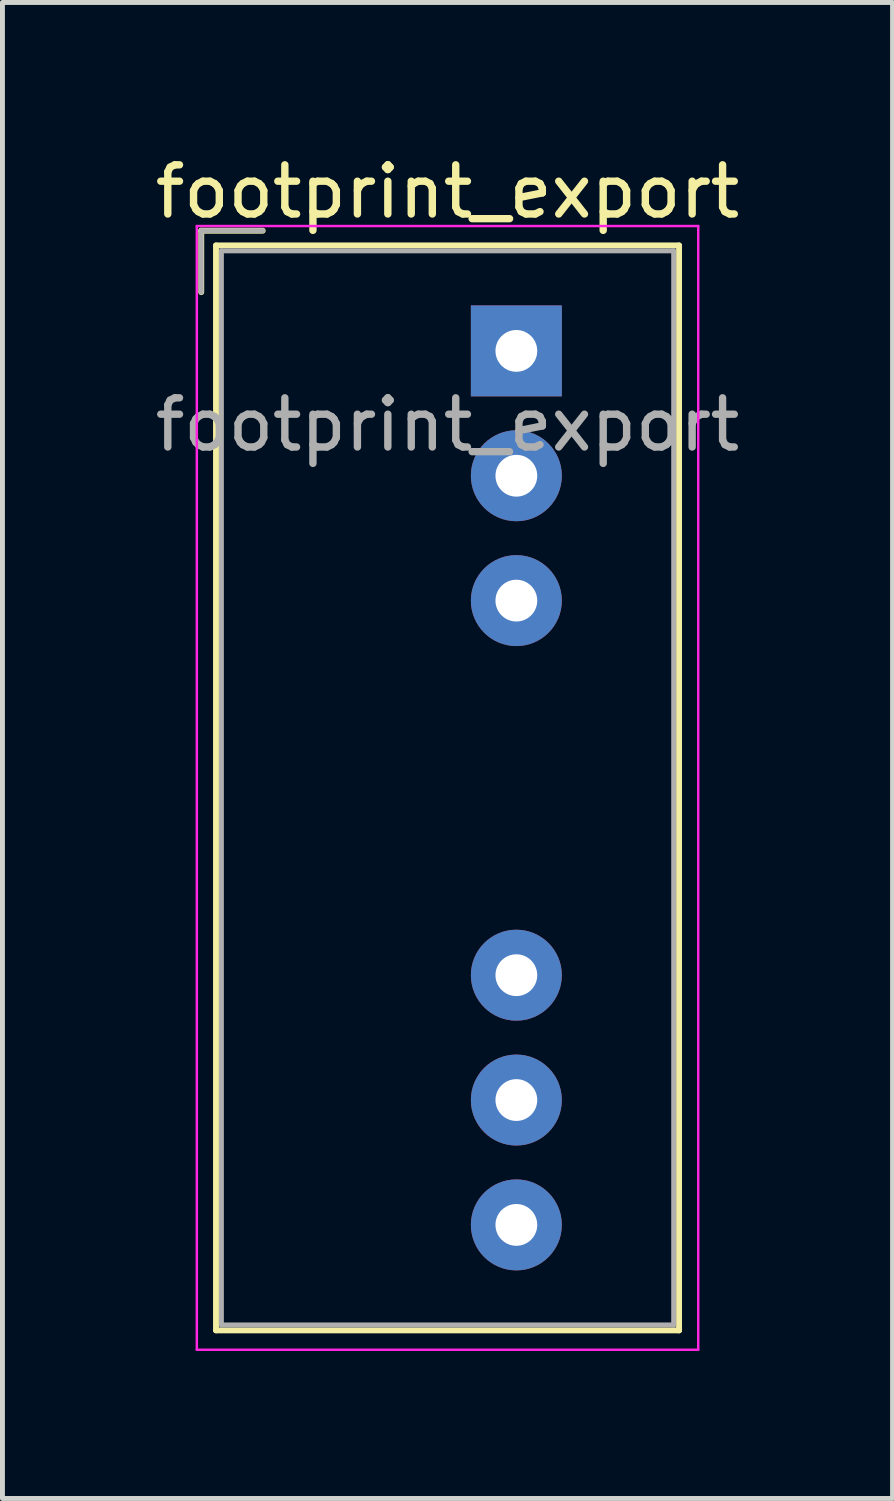
<source format=kicad_pcb>
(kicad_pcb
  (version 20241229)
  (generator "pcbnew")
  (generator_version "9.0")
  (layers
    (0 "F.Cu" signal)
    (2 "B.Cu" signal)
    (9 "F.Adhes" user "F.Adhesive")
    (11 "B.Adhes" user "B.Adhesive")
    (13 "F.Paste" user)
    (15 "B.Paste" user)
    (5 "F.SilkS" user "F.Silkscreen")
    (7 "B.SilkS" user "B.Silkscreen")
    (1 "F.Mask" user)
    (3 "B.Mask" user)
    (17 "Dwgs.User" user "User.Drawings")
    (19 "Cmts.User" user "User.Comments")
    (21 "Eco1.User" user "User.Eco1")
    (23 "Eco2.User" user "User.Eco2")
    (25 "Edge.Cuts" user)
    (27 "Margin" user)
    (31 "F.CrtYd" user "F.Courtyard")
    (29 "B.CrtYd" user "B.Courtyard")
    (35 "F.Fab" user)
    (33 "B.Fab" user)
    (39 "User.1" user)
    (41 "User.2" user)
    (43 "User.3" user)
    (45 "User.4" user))
  (footprint "footprint_export"
    (layer "F.Cu")
    (at 7.454 4.088)
    (property "Reference" "footprint_export" (at -1.4 -3.24 0) (layer "F.SilkS") (effects (font (size 1 1) (thickness 0.15))))
    (attr through_hole)
    (fp_line (start -6.41 -2.445) (end -6.41 -1.195) (stroke (width 0.12) (type solid)) (layer "F.SilkS"))
    (fp_line (start -6.11 -2.145) (end -6.11 19.925) (stroke (width 0.12) (type solid)) (layer "F.SilkS"))
    (fp_line (start -6.11 19.925) (end 3.31 19.925) (stroke (width 0.12) (type solid)) (layer "F.SilkS"))
    (fp_line (start -5.16 -2.445) (end -6.41 -2.445) (stroke (width 0.12) (type solid)) (layer "F.SilkS"))
    (fp_line (start 3.31 -2.145) (end -6.11 -2.145) (stroke (width 0.12) (type solid)) (layer "F.SilkS"))
    (fp_line (start 3.31 19.925) (end 3.31 -2.145) (stroke (width 0.12) (type solid)) (layer "F.SilkS"))
    (fp_line (start -6.5 -2.54) (end -6.5 20.32) (stroke (width 0.05) (type solid)) (layer "F.CrtYd"))
    (fp_line (start -6.5 20.32) (end 3.7 20.32) (stroke (width 0.05) (type solid)) (layer "F.CrtYd"))
    (fp_line (start 3.7 -2.54) (end -6.5 -2.54) (stroke (width 0.05) (type solid)) (layer "F.CrtYd"))
    (fp_line (start 3.7 20.32) (end 3.7 -2.54) (stroke (width 0.05) (type solid)) (layer "F.CrtYd"))
    (fp_line (start -6.41 -2.445) (end -6.41 -1.195) (stroke (width 0.1) (type solid)) (layer "F.Fab"))
    (fp_line (start -6 -2.035) (end -6 19.815) (stroke (width 0.1) (type solid)) (layer "F.Fab"))
    (fp_line (start -6 19.815) (end 3.2 19.815) (stroke (width 0.1) (type solid)) (layer "F.Fab"))
    (fp_line (start -5.16 -2.445) (end -6.41 -2.445) (stroke (width 0.1) (type solid)) (layer "F.Fab"))
    (fp_line (start 3.2 -2.035) (end -6 -2.035) (stroke (width 0.1) (type solid)) (layer "F.Fab"))
    (fp_line (start 3.2 19.815) (end 3.2 -2.035) (stroke (width 0.1) (type solid)) (layer "F.Fab"))
    (fp_text user "${REFERENCE}" (at -1.4 1.5 0) (layer "F.Fab") (effects (font (size 1 1) (thickness 0.15))))
    (pad "1" thru_hole rect (at 0 0) (size 1.85 1.85) (drill 0.85) (layers "*.Cu" "*.Mask"))
    (pad "2" thru_hole circle (at 0 2.54) (size 1.85 1.85) (drill 0.85) (layers "*.Cu" "*.Mask"))
    (pad "3" thru_hole circle (at 0 5.08) (size 1.85 1.85) (drill 0.85) (layers "*.Cu" "*.Mask"))
    (pad "6" thru_hole circle (at 0 12.7) (size 1.85 1.85) (drill 0.85) (layers "*.Cu" "*.Mask"))
    (pad "7" thru_hole circle (at 0 15.24) (size 1.85 1.85) (drill 0.85) (layers "*.Cu" "*.Mask"))
    (pad "8" thru_hole circle (at 0 17.78) (size 1.85 1.85) (drill 0.85) (layers "*.Cu" "*.Mask")))
  (gr_rect
    (start -3 -3)
    (end 15.107 27.433)
    (stroke (width 0.1) (type default))
    (fill no)
    (layer "Edge.Cuts")))
</source>
